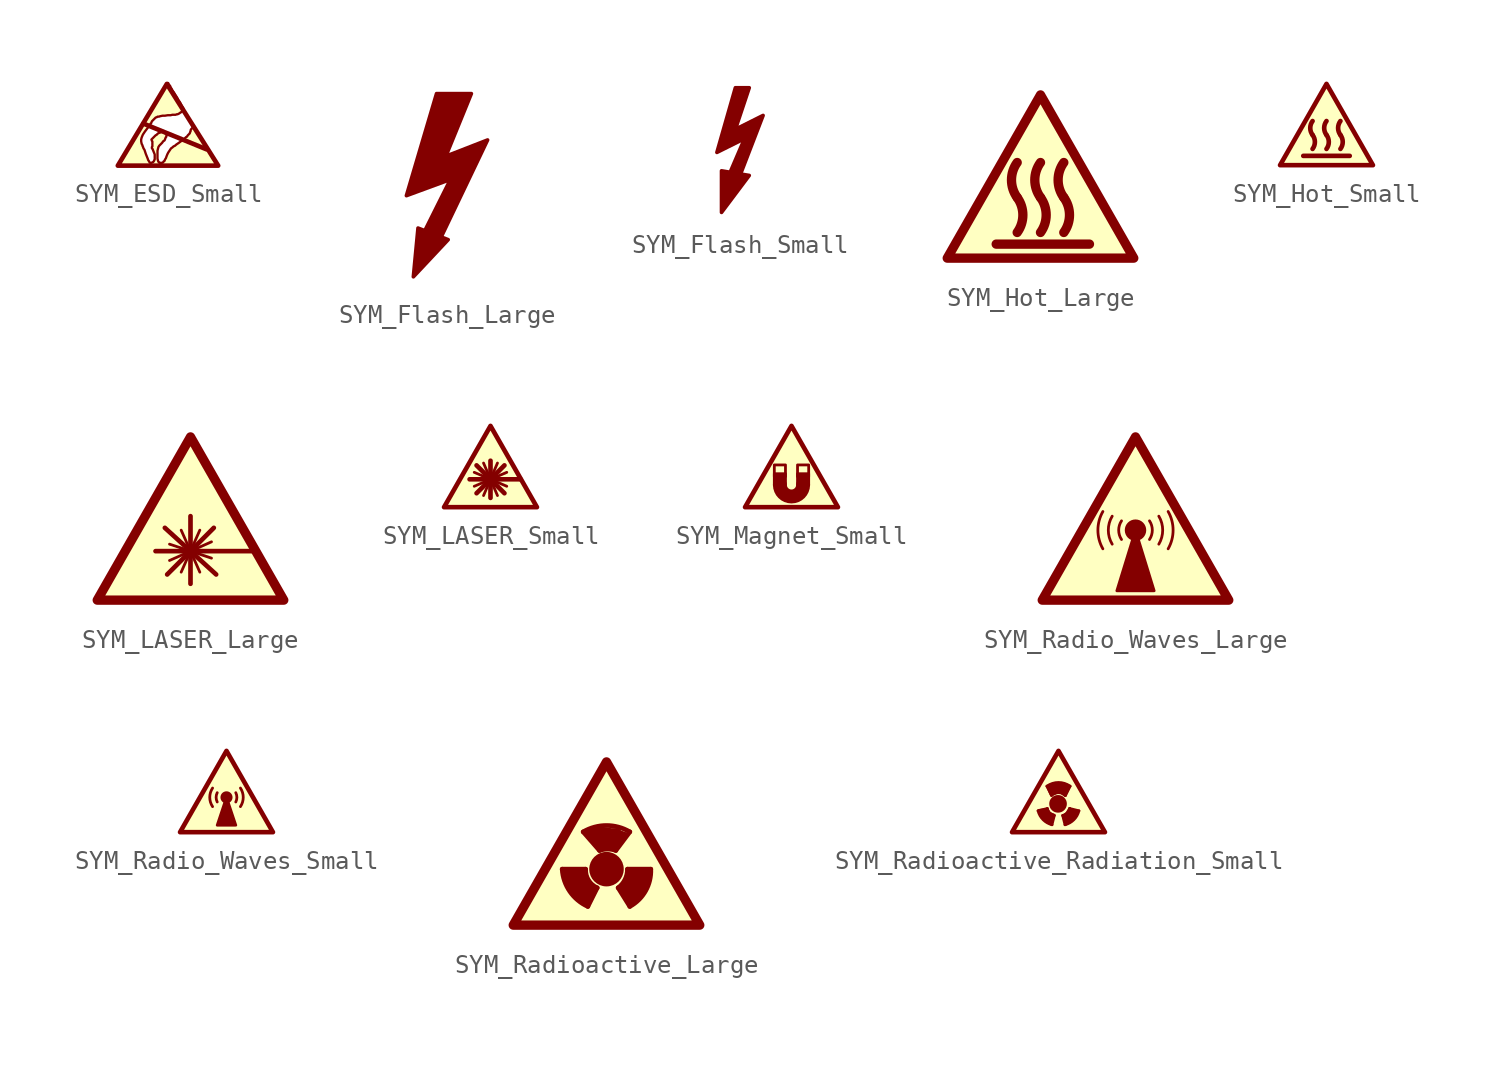
<source format=kicad_sym>
(kicad_symbol_lib
  (version 20201005)
  (generator kicad_symbol_editor)
  (symbol "Graphic:SYM_ESD_Small"
    (pin_names
      (offset 1.016))
    (property "Reference" "#SYM"
      (at 0 3.556 0)
      (effects (font (size 1.27 1.27)) hide))
    (symbol "SYM_ESD_Small_0_0"
      (polyline (pts (xy -1.27 0.381) (xy 2.159 -1.016)) (stroke (width 0.254)) (fill (type none)))
      (polyline (pts (xy -2.667 -1.905) (xy 2.794 -1.905) (xy 0 2.54) (xy -2.667 -1.905)) (stroke (width 0.254)) (fill (type none)))
      (polyline (pts (xy 2.743 -1.905) (xy 2.718 -1.88) (xy 2.616 -1.676) (xy 2.565 -1.6) (xy 2.489 -1.499) (xy 2.438 -1.372) (xy 1.753 -0.229) (xy 1.702 -0.127) (xy 1.626 -0.051) (xy 1.6 0.051) (xy 1.549 0.102) (xy 1.499 0.203) (xy 1.473 0.229) (xy 1.473 0.203) (xy 1.448 0.203) (xy 1.321 0.076) (xy 1.295 0.025) (xy 1.295 -0.025) (xy 1.27 -0.076) (xy 1.245 -0.152) (xy 1.143 -0.254) (xy 1.092 -0.33) (xy 1.041 -0.356) (xy 0.914 -0.483) (xy 0.762 -0.584) (xy 0.66 -0.66) (xy 0.508 -0.762) (xy 0.457 -0.813) (xy 0.356 -0.864) (xy 0.305 -0.914) (xy 0.229 -0.965) (xy 0.076 -1.194) (xy 0.025 -1.295) (xy -0.025 -1.422) (xy -0.051 -1.499) (xy -0.102 -1.575) (xy -0.127 -1.651) (xy -0.178 -1.676) (xy -0.203 -1.727) (xy -0.254 -1.753) (xy -0.406 -1.753) (xy -0.406 -1.727) (xy -0.457 -1.702) (xy -0.483 -1.626) (xy -0.508 -1.524) (xy -0.508 -1.092) (xy -0.457 -0.889) (xy -0.406 -0.813) (xy -0.254 -0.66) (xy -0.203 -0.584) (xy -0.127 -0.533) (xy -0.102 -0.483) (xy -0.076 -0.406) (xy -0.051 -0.356) (xy -0.025 -0.33) (xy -0.025 -0.279) (xy 0 -0.229) (xy -0.076 -0.152) (xy -0.127 -0.127) (xy -0.152 -0.076) (xy -0.203 -0.051) (xy -0.229 -0.025) (xy -0.254 -0.025) (xy -0.305 -0.076) (xy -0.356 -0.102) (xy -0.432 -0.127) (xy -0.483 -0.152) (xy -0.559 -0.229) (xy -0.61 -0.254) (xy -0.838 -0.483) (xy -0.813 -0.559) (xy -0.787 -0.584) (xy -0.787 -0.864) (xy -0.813 -0.889) (xy -0.813 -0.965) (xy -0.762 -1.016) (xy -0.762 -1.041) (xy -0.66 -1.295) (xy -0.66 -1.575) (xy -0.686 -1.6) (xy -0.686 -1.626) (xy -0.737 -1.702) (xy -0.838 -1.753) (xy -0.914 -1.753) (xy -0.94 -1.727) (xy -0.965 -1.676) (xy -1.016 -1.6) (xy -1.041 -1.524) (xy -1.143 -1.27) (xy -1.219 -1.041) (xy -1.27 -0.965) (xy -1.295 -0.889) (xy -1.321 -0.838) (xy -1.321 -0.813) (xy -1.372 -0.711) (xy -1.397 -0.584) (xy -1.397 -0.483) (xy -1.372 -0.381) (xy -1.321 -0.254) (xy -1.295 -0.203) (xy -1.194 -0.051) (xy -1.041 0.152) (xy -0.991 0.203) (xy -0.965 0.254) (xy -0.914 0.33) (xy -0.889 0.381) (xy -0.864 0.381) (xy -0.813 0.508) (xy -0.61 0.711) (xy -0.533 0.737) (xy -0.508 0.762) (xy -0.432 0.762) (xy -0.356 0.787) (xy -0.229 0.813) (xy -0.102 0.813) (xy 0.051 0.838) (xy 0.203 0.838) (xy 0.305 0.864) (xy 0.483 0.864) (xy 0.533 0.889) (xy 0.584 0.889) (xy 0.686 0.94) (xy 0.711 0.965) (xy 0.762 0.991) (xy 0.813 1.041) (xy 0.864 1.067) (xy 0.889 1.118) (xy 0.914 1.143) (xy 0.914 1.194) (xy 0.889 1.219) (xy 0.864 1.27) (xy 0.813 1.346) (xy 0.711 1.549) (xy 0.635 1.651) (xy 0.584 1.753) (xy 0.508 1.88) (xy 0.457 1.956) (xy 0.381 2.083) (xy 0.305 2.184) (xy 0.254 2.286) (xy 0.203 2.362) (xy 0.178 2.438) (xy 0.102 2.515) (xy 0.102 2.54) (xy 0.076 2.565) (xy 0.076 2.591) (xy 0.025 2.591) (xy 0.025 2.565) (xy -0.025 2.515) (xy -0.102 2.362) (xy -0.254 2.134) (xy -0.305 2.032) (xy -0.457 1.778) (xy -0.559 1.626) (xy -0.762 1.27) (xy -0.889 1.067) (xy -1.016 0.838) (xy -1.168 0.61) (xy -1.321 0.33) (xy -1.397 0.203) (xy -1.524 -0.025) (xy -1.778 -0.432) (xy -1.88 -0.635) (xy -2.007 -0.813) (xy -2.108 -0.991) (xy -2.21 -1.143) (xy -2.286 -1.295) (xy -2.438 -1.549) (xy -2.489 -1.651) (xy -2.565 -1.753) (xy -2.591 -1.829) (xy -2.616 -1.88) (xy -2.642 -1.905) (xy -2.642 -1.93) (xy 2.743 -1.93) (xy 2.743 -1.905)) (stroke (width 0.127)) (fill (type background)))))
  (symbol "Graphic:SYM_Flash_Large"
    (pin_names
      (offset 1.016))
    (property "Reference" "#SYM"
      (at -3.81 0 90)
      (effects (font (size 1.27 1.27)) hide))
    (symbol "SYM_Flash_Large_0_1"
      (polyline (pts (xy 0.127 -3.556) (xy -1.524 -2.921) (xy -1.778 -5.588) (xy 0.127 -3.556)) (stroke (width 0.203)) (fill (type outline)))
      (polyline (pts (xy -0.508 4.445) (xy 1.397 4.445) (xy 0 1.016) (xy 2.286 1.905) (xy -0.508 -3.937) (xy -1.397 -3.556) (xy 0.254 -0.254) (xy -2.159 -1.143) (xy -0.508 4.445)) (stroke (width 0.203)) (fill (type outline)))))
  (symbol "Graphic:SYM_Flash_Small"
    (pin_names
      (offset 1.016))
    (property "Reference" "#SYM"
      (at -2.286 0 90)
      (effects (font (size 1.27 1.27)) hide))
    (symbol "SYM_Flash_Small_0_1"
      (polyline (pts (xy 0.508 -1.016) (xy -1.016 -0.762) (xy -1.016 -3.048) (xy 0.508 -1.016)) (stroke (width 0.203)) (fill (type outline)))
      (polyline (pts (xy -0.254 3.81) (xy 0.508 3.81) (xy -0.254 1.524) (xy 1.27 2.286) (xy 0 -1.016) (xy -0.508 -0.762) (xy 0.254 1.016) (xy -1.27 0.254) (xy -0.254 3.81)) (stroke (width 0.203)) (fill (type outline)))))
  (symbol "Graphic:SYM_Hot_Large"
    (pin_names
      (offset 1.016) hide)
    (property "Reference" "#SYM"
      (at 0 5.08 0)
      (effects (font (size 1.27 1.27)) hide))
    (symbol "SYM_Hot_Large_0_1"
      (arc (start -1.27 -3.683) (end -1.27 -1.778) (radius (at -2.54 -2.7178) (length 1.5748) (angles -37.2 36.5)) (stroke (width 0.508)) (fill (type none)))
      (arc (start 0 -3.683) (end 0 -1.778) (radius (at -1.27 -2.7178) (length 1.5748) (angles -37.2 36.5)) (stroke (width 0.508)) (fill (type none)))
      (arc (start 1.27 -3.683) (end 1.27 -1.778) (radius (at 0 -2.7178) (length 1.5748) (angles -37.2 36.5)) (stroke (width 0.508)) (fill (type none)))
      (arc (start -1.27 0.127) (end -1.27 -1.778) (radius (at 0 -0.8382) (length 1.5748) (angles 142.8 -143.5)) (stroke (width 0.508)) (fill (type none)))
      (arc (start 0 0.127) (end 0 -1.778) (radius (at 1.27 -0.8382) (length 1.5748) (angles 142.8 -143.5)) (stroke (width 0.508)) (fill (type none)))
      (arc (start 1.27 0.127) (end 1.27 -1.778) (radius (at 2.54 -0.8382) (length 1.5748) (angles 142.8 -143.5)) (stroke (width 0.508)) (fill (type none)))
      (polyline (pts (xy -2.413 -4.318) (xy 2.667 -4.318)) (stroke (width 0.508)) (fill (type none)))
      (polyline (pts (xy -5.08 -5.08) (xy 5.08 -5.08) (xy 0 3.81) (xy -5.08 -5.08)) (stroke (width 0.508)) (fill (type background)))))
  (symbol "Graphic:SYM_Hot_Small"
    (pin_names
      (offset 1.016) hide)
    (property "Reference" "#SYM"
      (at 0 3.556 0)
      (effects (font (size 1.27 1.27)) hide))
    (symbol "SYM_Hot_Small_0_1"
      (arc (start -0.762 -1.016) (end -0.762 -0.254) (radius (at -1.27 -0.635) (length 0.635) (angles -36.9 36.9)) (stroke (width 0.254)) (fill (type none)))
      (arc (start 0 -1.016) (end 0 -0.254) (radius (at -0.508 -0.635) (length 0.635) (angles -36.9 36.9)) (stroke (width 0.254)) (fill (type none)))
      (arc (start -0.762 0.508) (end -0.762 -0.254) (radius (at -0.254 0.127) (length 0.635) (angles 143.1 -143.1)) (stroke (width 0.254)) (fill (type none)))
      (arc (start 0.762 -1.016) (end 0.762 -0.254) (radius (at 0.254 -0.635) (length 0.635) (angles -36.9 36.9)) (stroke (width 0.254)) (fill (type none)))
      (arc (start 0 0.508) (end 0 -0.254) (radius (at 0.508 0.127) (length 0.635) (angles 143.1 -143.1)) (stroke (width 0.254)) (fill (type none)))
      (arc (start 0.762 0.508) (end 0.762 -0.254) (radius (at 1.27 0.127) (length 0.635) (angles 143.1 -143.1)) (stroke (width 0.254)) (fill (type none)))
      (polyline (pts (xy 1.27 -1.397) (xy -1.27 -1.397)) (stroke (width 0.254)) (fill (type none)))
      (polyline (pts (xy -2.54 -1.905) (xy 2.54 -1.905) (xy 0 2.54) (xy -2.54 -1.905)) (stroke (width 0.254)) (fill (type background)))))
  (symbol "Graphic:SYM_LASER_Large"
    (pin_names
      (offset 1.016) hide)
    (property "Reference" "#SYM"
      (at 0 5.08 0)
      (effects (font (size 1.27 1.27)) hide))
    (symbol "SYM_LASER_Large_0_1"
      (polyline (pts (xy -1.905 -2.413) (xy 3.556 -2.413)) (stroke (width 0.254)) (fill (type none)))
      (polyline (pts (xy -1.27 -3.683) (xy 1.27 -1.143)) (stroke (width 0.254)) (fill (type none)))
      (polyline (pts (xy -1.143 -2.921) (xy 1.143 -1.905)) (stroke (width 0)) (fill (type none)))
      (polyline (pts (xy -1.143 -2.032) (xy 1.143 -2.794)) (stroke (width 0)) (fill (type none)))
      (polyline (pts (xy -0.508 -1.27) (xy 0.508 -3.556)) (stroke (width 0)) (fill (type none)))
      (polyline (pts (xy 0 -4.191) (xy 0 -0.508)) (stroke (width 0.254)) (fill (type none)))
      (polyline (pts (xy 0.508 -1.27) (xy -0.508 -3.556)) (stroke (width 0)) (fill (type none)))
      (polyline (pts (xy 1.397 -3.683) (xy -1.397 -1.143)) (stroke (width 0.254)) (fill (type none)))
      (polyline (pts (xy -5.08 -5.08) (xy 5.08 -5.08) (xy 0 3.81) (xy -5.08 -5.08)) (stroke (width 0.508)) (fill (type background)))))
  (symbol "Graphic:SYM_LASER_Small"
    (pin_names
      (offset 1.016) hide)
    (property "Reference" "#SYM"
      (at 0 3.556 0)
      (effects (font (size 1.27 1.27)) hide))
    (symbol "SYM_LASER_Small_0_1"
      (polyline (pts (xy -1.143 -0.381) (xy 1.651 -0.381)) (stroke (width 0.254)) (fill (type none)))
      (polyline (pts (xy -0.889 -0.762) (xy 0.889 0)) (stroke (width 0)) (fill (type none)))
      (polyline (pts (xy -0.889 0) (xy 0.889 -0.762)) (stroke (width 0)) (fill (type none)))
      (polyline (pts (xy -0.762 -1.143) (xy 0.762 0.381)) (stroke (width 0.254)) (fill (type none)))
      (polyline (pts (xy -0.381 0.508) (xy 0.381 -1.27)) (stroke (width 0)) (fill (type none)))
      (polyline (pts (xy 0 -1.397) (xy 0 0.635)) (stroke (width 0.254)) (fill (type none)))
      (polyline (pts (xy 0.381 0.508) (xy -0.381 -1.27)) (stroke (width 0)) (fill (type none)))
      (polyline (pts (xy 0.762 -1.143) (xy -0.762 0.381)) (stroke (width 0.254)) (fill (type none)))
      (polyline (pts (xy -2.54 -1.905) (xy 2.54 -1.905) (xy 0 2.54) (xy -2.54 -1.905)) (stroke (width 0.254)) (fill (type background)))))
  (symbol "Graphic:SYM_Magnet_Small"
    (pin_names
      (offset 1.016) hide)
    (property "Reference" "#SYM"
      (at 0 3.556 0)
      (effects (font (size 1.27 1.27)) hide))
    (symbol "SYM_Magnet_Small_0_1"
      (arc (start -0.635 -0.6858) (end 0.635 -0.6858) (radius (at 0 -0.6858) (length 0.635) (angles -179.9 -0.1)) (stroke (width 0.762)) (fill (type none)))
      (rectangle (start -0.94 -0.711) (end -0.33 -0.076) (stroke (width 0)) (fill (type outline)))
      (rectangle (start -0.94 -0.229) (end -0.33 0.406) (stroke (width 0)) (fill (type background)))
      (rectangle (start 0.33 -0.711) (end 0.94 -0.076) (stroke (width 0)) (fill (type outline)))
      (rectangle (start 0.33 -0.229) (end 0.94 0.406) (stroke (width 0)) (fill (type background)))
      (polyline (pts (xy -2.54 -1.905) (xy 2.54 -1.905) (xy 0 2.54) (xy -2.54 -1.905)) (stroke (width 0.254)) (fill (type background)))))
  (symbol "Graphic:SYM_Radio_Waves_Large"
    (pin_names
      (offset 1.016) hide)
    (property "Reference" "#SYM"
      (at 0 5.08 0)
      (effects (font (size 1.27 1.27)) hide))
    (symbol "SYM_Radio_Waves_Large_0_1"
      (arc (start 1.778 -0.254) (end 1.778 -2.286) (radius (at 0 -1.27) (length 2.0574) (angles 29.7 -29.7)) (stroke (width 0)) (fill (type none)))
      (arc (start 1.27 -0.508) (end 1.27 -2.032) (radius (at 0 -1.27) (length 1.4732) (angles 31 -31)) (stroke (width 0)) (fill (type none)))
      (arc (start 0.762 -0.762) (end 0.762 -1.778) (radius (at 0 -1.27) (length 0.9144) (angles 33.7 -33.7)) (stroke (width 0)) (fill (type none)))
      (arc (start -0.762 -0.762) (end -0.762 -1.778) (radius (at 0 -1.27) (length 0.9144) (angles 146.3 -146.3)) (stroke (width 0)) (fill (type none)))
      (arc (start -1.27 -0.508) (end -1.27 -2.032) (radius (at 0 -1.27) (length 1.4732) (angles 149 -149)) (stroke (width 0)) (fill (type none)))
      (arc (start -1.778 -0.254) (end -1.778 -2.286) (radius (at 0 -1.27) (length 2.0574) (angles 150.3 -150.3)) (stroke (width 0)) (fill (type none)))
      (circle (center 0 -1.27) (radius 0.508) (stroke (width 0)) (fill (type outline)))
      (polyline (pts (xy -5.08 -5.08) (xy 5.08 -5.08) (xy 0 3.81) (xy -5.08 -5.08)) (stroke (width 0.508)) (fill (type background)))
      (polyline (pts (xy -1.016 -4.572) (xy 1.016 -4.572) (xy 0 -1.27) (xy -1.016 -4.572)) (stroke (width 0)) (fill (type outline)))))
  (symbol "Graphic:SYM_Radio_Waves_Small"
    (pin_names
      (offset 1.016) hide)
    (property "Reference" "#SYM"
      (at 0 3.556 0)
      (effects (font (size 1.27 1.27)) hide))
    (symbol "SYM_Radio_Waves_Small_0_1"
      (arc (start 0.508 0.254) (end 0.508 -0.254) (radius (at 0 0) (length 0.5588) (angles 26.6 -26.6)) (stroke (width 0)) (fill (type none)))
      (arc (start 0.762 0.508) (end 0.762 -0.508) (radius (at 0 0) (length 0.9144) (angles 33.7 -33.7)) (stroke (width 0)) (fill (type none)))
      (arc (start -0.508 0.254) (end -0.508 -0.254) (radius (at 0 0) (length 0.5588) (angles 153.4 -153.4)) (stroke (width 0)) (fill (type none)))
      (arc (start -0.762 -0.508) (end -0.762 0.508) (radius (at 0 0) (length 0.9144) (angles -146.3 146.3)) (stroke (width 0)) (fill (type none)))
      (circle (center 0 0) (radius 0.254) (stroke (width 0)) (fill (type outline)))
      (polyline (pts (xy -2.54 -1.905) (xy 2.54 -1.905) (xy 0 2.54) (xy -2.54 -1.905)) (stroke (width 0.254)) (fill (type background)))
      (polyline (pts (xy -0.508 -1.524) (xy 0.508 -1.524) (xy 0 0) (xy -0.508 -1.524)) (stroke (width 0)) (fill (type outline)))))
  (symbol "Graphic:SYM_Radioactive_Large"
    (pin_names
      (offset 1.016) hide)
    (property "Reference" "#SYM"
      (at 2.413 7.112 0)
      (effects (font (size 1.27 1.27)) hide))
    (symbol "SYM_Radioactive_Large_0_0"
      (arc (start 3.048 -1.016) (end 3.556 0) (radius (at 2.286 0) (length 1.27) (angles -53.1 0)) (stroke (width 0.254)) (fill (type none)))
      (arc (start 1.27 0) (end 1.905 -1.016) (radius (at 2.3876 0.0254) (length 1.1176) (angles -178.7 -114.9)) (stroke (width 0.254)) (fill (type none)))
      (arc (start 0 0) (end 1.397 -2.032) (radius (at 2.3876 0.1524) (length 2.3876) (angles -176.3 -114.4)) (stroke (width 0.254)) (fill (type none)))
      (arc (start 3.683 2.032) (end 1.143 2.032) (radius (at 2.413 -0.127) (length 2.5146) (angles 59.5 120.5)) (stroke (width 0.254)) (fill (type none)))
      (arc (start 2.032 1.016) (end 2.921 1.016) (radius (at 2.4638 -0.127) (length 1.2192) (angles 110.7 68.2)) (stroke (width 0.254)) (fill (type none)))
      (arc (start 4.826 0) (end 3.683 -2.032) (radius (at 2.6416 -0.1016) (length 2.1844) (angles 2.7 -61.7)) (stroke (width 0.254)) (fill (type none)))
      (circle (center 2.413 0) (radius 0.813) (stroke (width 0.254)) (fill (type outline)))
      (polyline (pts (xy 0 0) (xy 1.27 0)) (stroke (width 0.254)) (fill (type none)))
      (polyline (pts (xy 1.143 2.032) (xy 2.032 1.016)) (stroke (width 0.254)) (fill (type none)))
      (polyline (pts (xy 1.397 -2.032) (xy 1.905 -1.016)) (stroke (width 0.254)) (fill (type none)))
      (polyline (pts (xy 2.921 1.016) (xy 3.683 2.032)) (stroke (width 0.254)) (fill (type none)))
      (polyline (pts (xy 3.048 -1.016) (xy 3.683 -2.032)) (stroke (width 0.254)) (fill (type none)))
      (polyline (pts (xy 3.556 0) (xy 4.826 0)) (stroke (width 0.254)) (fill (type none)))
      (polyline (pts (xy 3.048 -1.016) (xy 3.683 -2.032) (xy 4.191 -1.651) (xy 4.572 -1.016) (xy 4.699 -0.381) (xy 4.826 0) (xy 3.556 0) (xy 3.556 -0.381) (xy 3.302 -0.762) (xy 3.048 -1.016)) (stroke (width 0)) (fill (type outline)))
      (polyline (pts (xy 0 0) (xy 1.27 0) (xy 1.27 -0.254) (xy 1.397 -0.508) (xy 1.651 -0.889) (xy 1.905 -1.016) (xy 1.397 -2.032) (xy 1.016 -1.778) (xy 0.635 -1.397) (xy 0.254 -0.889) (xy 0 0)) (stroke (width 0)) (fill (type outline)))
      (polyline (pts (xy 2.032 1.016) (xy 1.397 1.905) (xy 1.143 2.032) (xy 1.778 2.286) (xy 2.667 2.159) (xy 3.048 2.159) (xy 3.175 2.032) (xy 3.556 1.905) (xy 2.921 1.016) (xy 2.54 1.143) (xy 2.286 1.143) (xy 2.032 1.016)) (stroke (width 0)) (fill (type outline))))
    (symbol "SYM_Radioactive_Large_0_1"
      (polyline (pts (xy -2.667 -3.048) (xy 7.493 -3.048) (xy 2.413 5.842) (xy -2.667 -3.048)) (stroke (width 0.508)) (fill (type background)))))
  (symbol "Graphic:SYM_Radioactive_Radiation_Small"
    (pin_names
      (offset 1.016) hide)
    (property "Reference" "#SYM"
      (at 0 3.556 0)
      (effects (font (size 1.27 1.27)) hide))
    (symbol "SYM_Radioactive_Radiation_Small_0_0"
      (arc (start -1.1176 -0.7366) (end -0.3556 -1.4986) (radius (at -0.1016 -0.4826) (length 1.0414) (angles -166 -104)) (stroke (width 0)) (fill (type none)))
      (arc (start -0.6096 -0.6096) (end -0.2286 -0.9906) (radius (at -0.1016 -0.4572) (length 0.5334) (angles -163.3 -103.4)) (stroke (width 0)) (fill (type none)))
      (arc (start -0.635 0.6096) (end 0.635 0.6096) (radius (at 0 -0.2794) (length 1.0922) (angles 125.5 54.5)) (stroke (width 0)) (fill (type none)))
      (arc (start -0.381 0.1016) (end 0.381 0.1016) (radius (at 0 -0.2794) (length 0.5334) (angles 135 45)) (stroke (width 0)) (fill (type none)))
      (arc (start 0.2286 -0.9906) (end 0.6096 -0.6096) (radius (at 0.0762 -0.4826) (length 0.5334) (angles -73.3 -13.4)) (stroke (width 0)) (fill (type none)))
      (arc (start 1.1176 -0.7366) (end 0.3556 -1.4986) (radius (at 0.1016 -0.4826) (length 1.0414) (angles -14 -76)) (stroke (width 0)) (fill (type none)))
      (circle (center -0.025 -0.356) (radius 0.356) (stroke (width 0.254)) (fill (type outline)))
      (polyline (pts (xy -1.118 -0.737) (xy -0.61 -0.61)) (stroke (width 0)) (fill (type none)))
      (polyline (pts (xy -0.635 0.61) (xy -0.381 0.102)) (stroke (width 0)) (fill (type none)))
      (polyline (pts (xy -0.356 -1.499) (xy -0.229 -0.991)) (stroke (width 0)) (fill (type none)))
      (polyline (pts (xy 0.356 -1.499) (xy 0.229 -0.991)) (stroke (width 0)) (fill (type none)))
      (polyline (pts (xy 0.635 0.61) (xy 0.381 0.102)) (stroke (width 0)) (fill (type none)))
      (polyline (pts (xy 1.118 -0.737) (xy 0.61 -0.61)) (stroke (width 0)) (fill (type none)))
      (polyline (pts (xy -0.61 -0.66) (xy -0.508 -0.864) (xy -0.254 -0.965) (xy -0.406 -1.473) (xy -0.762 -1.219) (xy -0.965 -1.016) (xy -1.067 -0.711) (xy -0.61 -0.66)) (stroke (width 0)) (fill (type outline)))
      (polyline (pts (xy 0.61 -0.61) (xy 0.457 -0.864) (xy 0.254 -1.016) (xy 0.406 -1.473) (xy 0.711 -1.27) (xy 0.914 -1.067) (xy 1.067 -0.762) (xy 0.61 -0.66)) (stroke (width 0)) (fill (type outline)))
      (polyline (pts (xy -0.356 0.152) (xy -0.102 0.254) (xy 0.152 0.254) (xy 0.356 0.102) (xy 0.61 0.61) (xy 0.356 0.711) (xy 0.102 0.762) (xy -0.152 0.762) (xy -0.457 0.66) (xy -0.61 0.61) (xy -0.406 0.152)) (stroke (width 0)) (fill (type outline))))
    (symbol "SYM_Radioactive_Radiation_Small_0_1"
      (polyline (pts (xy -2.54 -1.905) (xy 2.54 -1.905) (xy 0 2.54) (xy -2.54 -1.905)) (stroke (width 0.254)) (fill (type background))))))
</source>
